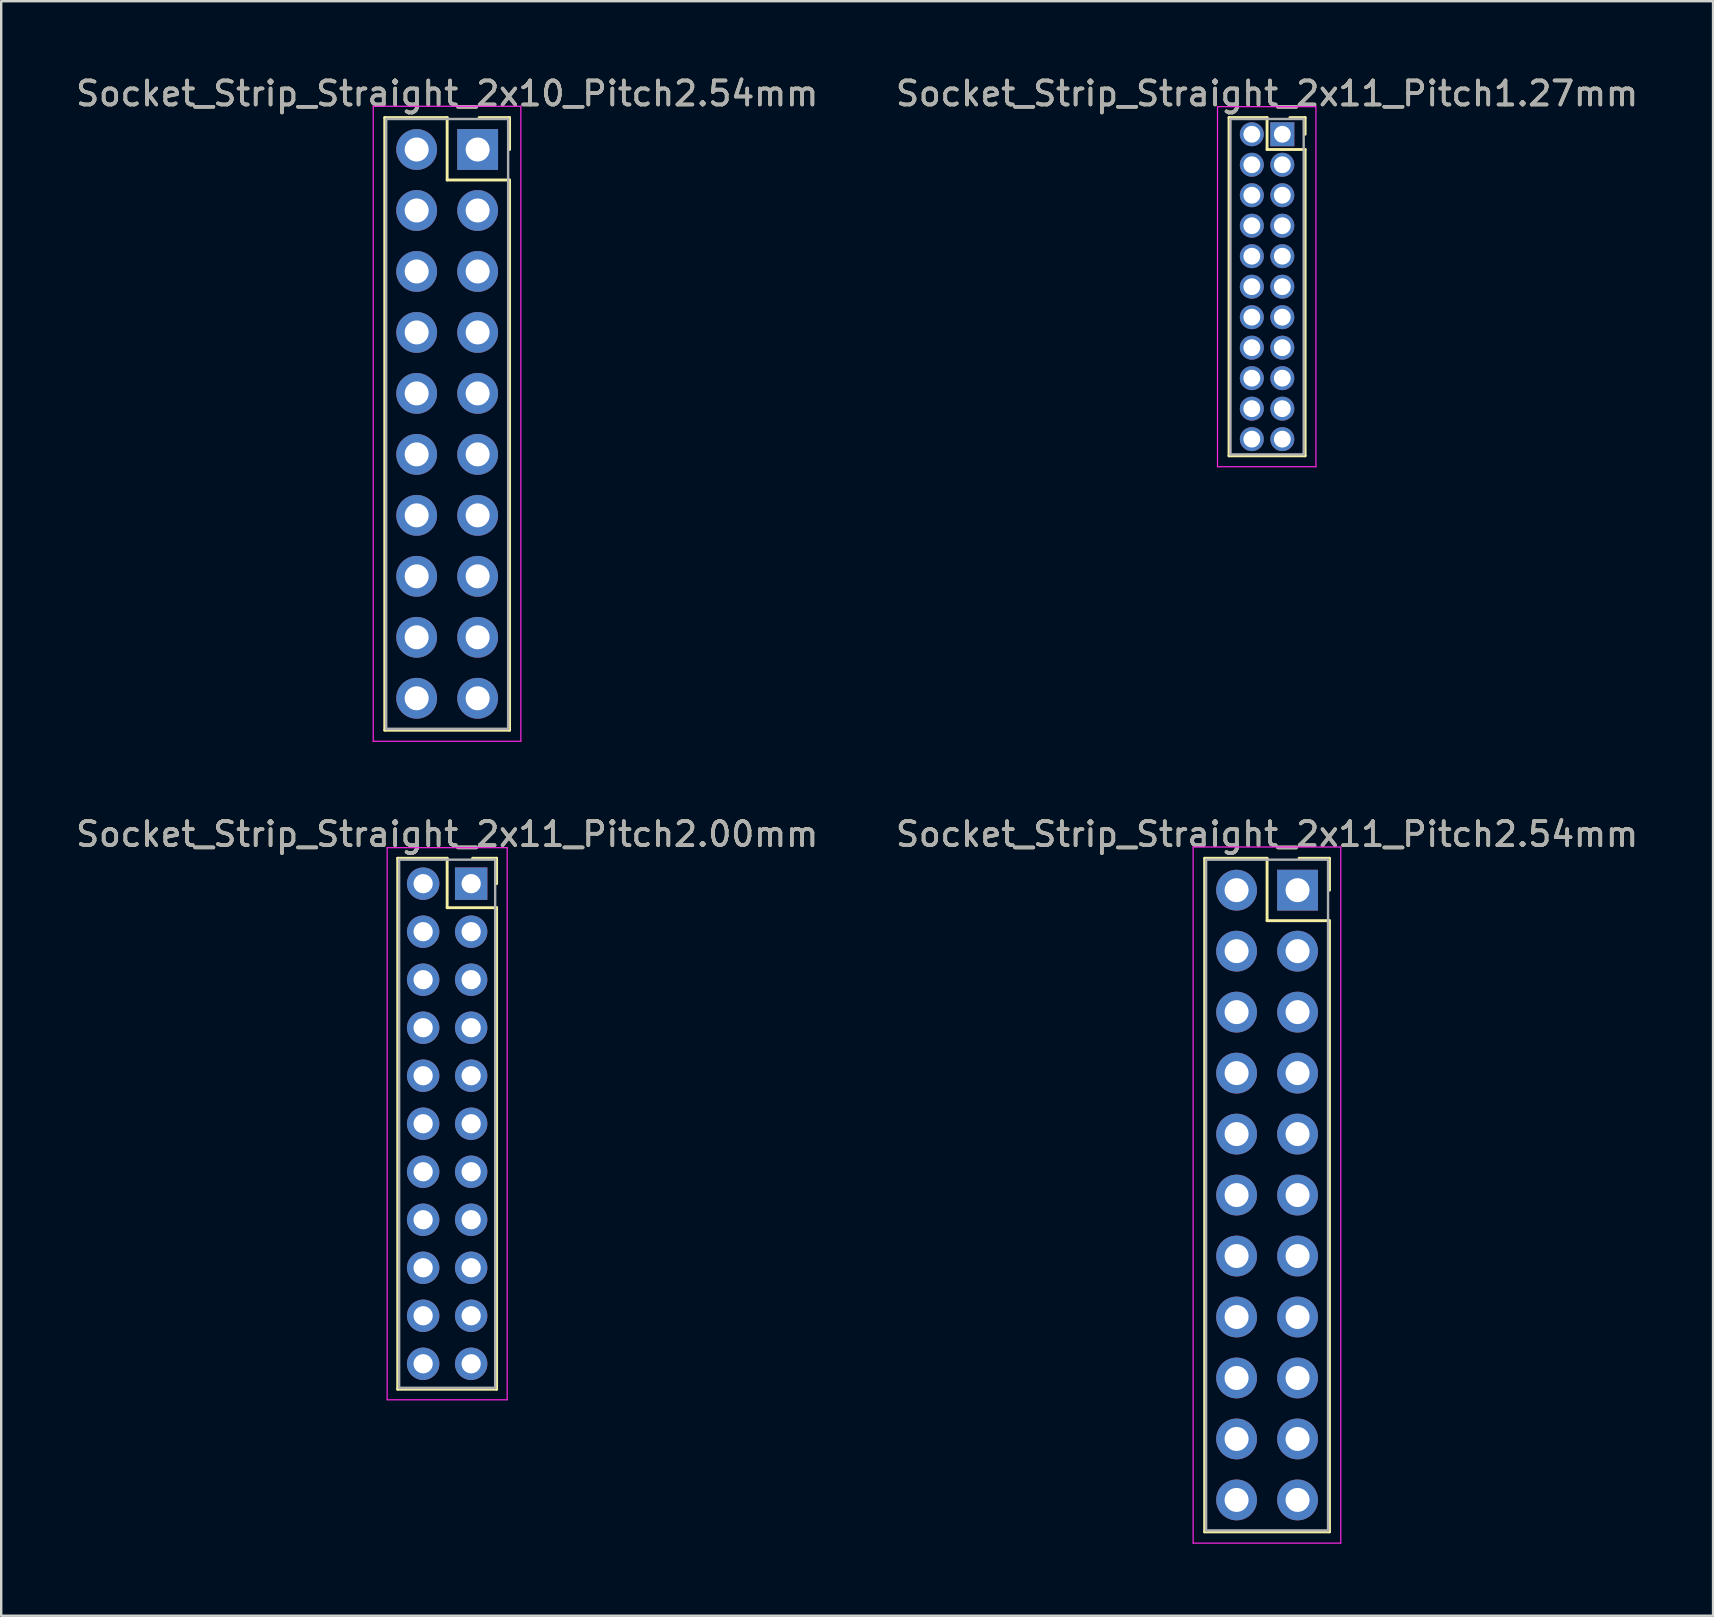
<source format=kicad_pcb>
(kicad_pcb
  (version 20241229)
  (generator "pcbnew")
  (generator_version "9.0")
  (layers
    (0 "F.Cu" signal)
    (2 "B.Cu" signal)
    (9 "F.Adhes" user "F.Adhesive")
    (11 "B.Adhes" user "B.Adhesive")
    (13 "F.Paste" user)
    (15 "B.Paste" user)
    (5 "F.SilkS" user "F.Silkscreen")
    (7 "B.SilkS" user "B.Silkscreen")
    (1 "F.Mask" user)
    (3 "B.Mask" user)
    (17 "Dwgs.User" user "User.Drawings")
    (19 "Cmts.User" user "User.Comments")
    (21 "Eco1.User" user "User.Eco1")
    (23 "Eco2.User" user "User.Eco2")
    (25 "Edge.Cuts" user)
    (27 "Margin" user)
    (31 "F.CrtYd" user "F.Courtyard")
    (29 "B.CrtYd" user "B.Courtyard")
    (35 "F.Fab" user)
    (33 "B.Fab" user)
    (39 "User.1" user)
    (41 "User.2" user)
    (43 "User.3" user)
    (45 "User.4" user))
  (footprint "Socket_Strip_Straight_2x11_Pitch2.00mm"
    (layer "F.Cu")
    (at 16.577 33.761)
    (property "Reference" "Socket_Strip_Straight_2x11_Pitch2.00mm" (at -1 -2.06 0) (layer "F.SilkS") (effects (font (size 1 1) (thickness 0.15))))
    (attr through_hole)
    (fp_line (start -3.06 -1.06) (end -1 -1.06) (stroke (width 0.12) (type solid)) (layer "F.SilkS"))
    (fp_line (start -3.06 21.06) (end -3.06 -1.06) (stroke (width 0.12) (type solid)) (layer "F.SilkS"))
    (fp_line (start -1 -1.06) (end -1 1) (stroke (width 0.12) (type solid)) (layer "F.SilkS"))
    (fp_line (start -1 1) (end 1.06 1) (stroke (width 0.12) (type solid)) (layer "F.SilkS"))
    (fp_line (start 1.06 -1.06) (end 0.06 -1.06) (stroke (width 0.12) (type solid)) (layer "F.SilkS"))
    (fp_line (start 1.06 0) (end 1.06 -1.06) (stroke (width 0.12) (type solid)) (layer "F.SilkS"))
    (fp_line (start 1.06 1) (end 1.06 21.06) (stroke (width 0.12) (type solid)) (layer "F.SilkS"))
    (fp_line (start 1.06 21.06) (end -3.06 21.06) (stroke (width 0.12) (type solid)) (layer "F.SilkS"))
    (fp_line (start -3.5 -1.5) (end -3.5 21.5) (stroke (width 0.05) (type solid)) (layer "F.CrtYd"))
    (fp_line (start -3.5 21.5) (end 1.5 21.5) (stroke (width 0.05) (type solid)) (layer "F.CrtYd"))
    (fp_line (start 1.5 -1.5) (end -3.5 -1.5) (stroke (width 0.05) (type solid)) (layer "F.CrtYd"))
    (fp_line (start 1.5 21.5) (end 1.5 -1.5) (stroke (width 0.05) (type solid)) (layer "F.CrtYd"))
    (fp_line (start -3 -1) (end -3 21) (stroke (width 0.1) (type solid)) (layer "F.Fab"))
    (fp_line (start -3 21) (end 1 21) (stroke (width 0.1) (type solid)) (layer "F.Fab"))
    (fp_line (start 1 -1) (end -3 -1) (stroke (width 0.1) (type solid)) (layer "F.Fab"))
    (fp_line (start 1 21) (end 1 -1) (stroke (width 0.1) (type solid)) (layer "F.Fab"))
    (fp_text user "${REFERENCE}" (at -1 -2.06 0) (layer "F.Fab") (effects (font (size 1 1) (thickness 0.15))))
    (pad "1" thru_hole rect (at 0 0) (size 1.35 1.35) (drill 0.8) (layers "*.Cu" "*.Mask"))
    (pad "2" thru_hole oval (at -2 0) (size 1.35 1.35) (drill 0.8) (layers "*.Cu" "*.Mask"))
    (pad "3" thru_hole oval (at 0 2) (size 1.35 1.35) (drill 0.8) (layers "*.Cu" "*.Mask"))
    (pad "4" thru_hole oval (at -2 2) (size 1.35 1.35) (drill 0.8) (layers "*.Cu" "*.Mask"))
    (pad "5" thru_hole oval (at 0 4) (size 1.35 1.35) (drill 0.8) (layers "*.Cu" "*.Mask"))
    (pad "6" thru_hole oval (at -2 4) (size 1.35 1.35) (drill 0.8) (layers "*.Cu" "*.Mask"))
    (pad "7" thru_hole oval (at 0 6) (size 1.35 1.35) (drill 0.8) (layers "*.Cu" "*.Mask"))
    (pad "8" thru_hole oval (at -2 6) (size 1.35 1.35) (drill 0.8) (layers "*.Cu" "*.Mask"))
    (pad "9" thru_hole oval (at 0 8) (size 1.35 1.35) (drill 0.8) (layers "*.Cu" "*.Mask"))
    (pad "10" thru_hole oval (at -2 8) (size 1.35 1.35) (drill 0.8) (layers "*.Cu" "*.Mask"))
    (pad "11" thru_hole oval (at 0 10) (size 1.35 1.35) (drill 0.8) (layers "*.Cu" "*.Mask"))
    (pad "12" thru_hole oval (at -2 10) (size 1.35 1.35) (drill 0.8) (layers "*.Cu" "*.Mask"))
    (pad "13" thru_hole oval (at 0 12) (size 1.35 1.35) (drill 0.8) (layers "*.Cu" "*.Mask"))
    (pad "14" thru_hole oval (at -2 12) (size 1.35 1.35) (drill 0.8) (layers "*.Cu" "*.Mask"))
    (pad "15" thru_hole oval (at 0 14) (size 1.35 1.35) (drill 0.8) (layers "*.Cu" "*.Mask"))
    (pad "16" thru_hole oval (at -2 14) (size 1.35 1.35) (drill 0.8) (layers "*.Cu" "*.Mask"))
    (pad "17" thru_hole oval (at 0 16) (size 1.35 1.35) (drill 0.8) (layers "*.Cu" "*.Mask"))
    (pad "18" thru_hole oval (at -2 16) (size 1.35 1.35) (drill 0.8) (layers "*.Cu" "*.Mask"))
    (pad "19" thru_hole oval (at 0 18) (size 1.35 1.35) (drill 0.8) (layers "*.Cu" "*.Mask"))
    (pad "20" thru_hole oval (at -2 18) (size 1.35 1.35) (drill 0.8) (layers "*.Cu" "*.Mask"))
    (pad "21" thru_hole oval (at 0 20) (size 1.35 1.35) (drill 0.8) (layers "*.Cu" "*.Mask"))
    (pad "22" thru_hole oval (at -2 20) (size 1.35 1.35) (drill 0.8) (layers "*.Cu" "*.Mask")))
  (footprint "Socket_Strip_Straight_2x11_Pitch1.27mm"
    (layer "F.Cu")
    (at 50.367 2.543)
    (property "Reference" "Socket_Strip_Straight_2x11_Pitch1.27mm" (at -0.635 -1.695 0) (layer "F.SilkS") (effects (font (size 1 1) (thickness 0.15))))
    (attr through_hole)
    (fp_line (start -2.22 -0.695) (end -0.635 -0.695) (stroke (width 0.12) (type solid)) (layer "F.SilkS"))
    (fp_line (start -2.22 13.395) (end -2.22 -0.695) (stroke (width 0.12) (type solid)) (layer "F.SilkS"))
    (fp_line (start -0.635 -0.695) (end -0.635 0.635) (stroke (width 0.12) (type solid)) (layer "F.SilkS"))
    (fp_line (start -0.635 0.635) (end 0.95 0.635) (stroke (width 0.12) (type solid)) (layer "F.SilkS"))
    (fp_line (start 0.95 -0.695) (end 0.315 -0.695) (stroke (width 0.12) (type solid)) (layer "F.SilkS"))
    (fp_line (start 0.95 0) (end 0.95 -0.695) (stroke (width 0.12) (type solid)) (layer "F.SilkS"))
    (fp_line (start 0.95 0.635) (end 0.95 13.395) (stroke (width 0.12) (type solid)) (layer "F.SilkS"))
    (fp_line (start 0.95 13.395) (end -2.22 13.395) (stroke (width 0.12) (type solid)) (layer "F.SilkS"))
    (fp_line (start -2.7 -1.15) (end -2.7 13.85) (stroke (width 0.05) (type solid)) (layer "F.CrtYd"))
    (fp_line (start -2.7 13.85) (end 1.4 13.85) (stroke (width 0.05) (type solid)) (layer "F.CrtYd"))
    (fp_line (start 1.4 -1.15) (end -2.7 -1.15) (stroke (width 0.05) (type solid)) (layer "F.CrtYd"))
    (fp_line (start 1.4 13.85) (end 1.4 -1.15) (stroke (width 0.05) (type solid)) (layer "F.CrtYd"))
    (fp_line (start -2.16 -0.635) (end -2.16 13.335) (stroke (width 0.1) (type solid)) (layer "F.Fab"))
    (fp_line (start -2.16 13.335) (end 0.89 13.335) (stroke (width 0.1) (type solid)) (layer "F.Fab"))
    (fp_line (start 0.89 -0.635) (end -2.16 -0.635) (stroke (width 0.1) (type solid)) (layer "F.Fab"))
    (fp_line (start 0.89 13.335) (end 0.89 -0.635) (stroke (width 0.1) (type solid)) (layer "F.Fab"))
    (fp_text user "${REFERENCE}" (at -0.635 -1.695 0) (layer "F.Fab") (effects (font (size 1 1) (thickness 0.15))))
    (pad "1" thru_hole rect (at 0 0) (size 1 1) (drill 0.7) (layers "*.Cu" "*.Mask"))
    (pad "2" thru_hole oval (at -1.27 0) (size 1 1) (drill 0.7) (layers "*.Cu" "*.Mask"))
    (pad "3" thru_hole oval (at 0 1.27) (size 1 1) (drill 0.7) (layers "*.Cu" "*.Mask"))
    (pad "4" thru_hole oval (at -1.27 1.27) (size 1 1) (drill 0.7) (layers "*.Cu" "*.Mask"))
    (pad "5" thru_hole oval (at 0 2.54) (size 1 1) (drill 0.7) (layers "*.Cu" "*.Mask"))
    (pad "6" thru_hole oval (at -1.27 2.54) (size 1 1) (drill 0.7) (layers "*.Cu" "*.Mask"))
    (pad "7" thru_hole oval (at 0 3.81) (size 1 1) (drill 0.7) (layers "*.Cu" "*.Mask"))
    (pad "8" thru_hole oval (at -1.27 3.81) (size 1 1) (drill 0.7) (layers "*.Cu" "*.Mask"))
    (pad "9" thru_hole oval (at 0 5.08) (size 1 1) (drill 0.7) (layers "*.Cu" "*.Mask"))
    (pad "10" thru_hole oval (at -1.27 5.08) (size 1 1) (drill 0.7) (layers "*.Cu" "*.Mask"))
    (pad "11" thru_hole oval (at 0 6.35) (size 1 1) (drill 0.7) (layers "*.Cu" "*.Mask"))
    (pad "12" thru_hole oval (at -1.27 6.35) (size 1 1) (drill 0.7) (layers "*.Cu" "*.Mask"))
    (pad "13" thru_hole oval (at 0 7.62) (size 1 1) (drill 0.7) (layers "*.Cu" "*.Mask"))
    (pad "14" thru_hole oval (at -1.27 7.62) (size 1 1) (drill 0.7) (layers "*.Cu" "*.Mask"))
    (pad "15" thru_hole oval (at 0 8.89) (size 1 1) (drill 0.7) (layers "*.Cu" "*.Mask"))
    (pad "16" thru_hole oval (at -1.27 8.89) (size 1 1) (drill 0.7) (layers "*.Cu" "*.Mask"))
    (pad "17" thru_hole oval (at 0 10.16) (size 1 1) (drill 0.7) (layers "*.Cu" "*.Mask"))
    (pad "18" thru_hole oval (at -1.27 10.16) (size 1 1) (drill 0.7) (layers "*.Cu" "*.Mask"))
    (pad "19" thru_hole oval (at 0 11.43) (size 1 1) (drill 0.7) (layers "*.Cu" "*.Mask"))
    (pad "20" thru_hole oval (at -1.27 11.43) (size 1 1) (drill 0.7) (layers "*.Cu" "*.Mask"))
    (pad "21" thru_hole oval (at 0 12.7) (size 1 1) (drill 0.7) (layers "*.Cu" "*.Mask"))
    (pad "22" thru_hole oval (at -1.27 12.7) (size 1 1) (drill 0.7) (layers "*.Cu" "*.Mask")))
  (footprint "Socket_Strip_Straight_2x11_Pitch2.54mm"
    (layer "F.Cu")
    (at 51.002 34.032)
    (property "Reference" "Socket_Strip_Straight_2x11_Pitch2.54mm" (at -1.27 -2.33 0) (layer "F.SilkS") (effects (font (size 1 1) (thickness 0.15))))
    (attr through_hole)
    (fp_line (start -3.87 -1.33) (end -1.27 -1.33) (stroke (width 0.12) (type solid)) (layer "F.SilkS"))
    (fp_line (start -3.87 26.73) (end -3.87 -1.33) (stroke (width 0.12) (type solid)) (layer "F.SilkS"))
    (fp_line (start -1.27 -1.33) (end -1.27 1.27) (stroke (width 0.12) (type solid)) (layer "F.SilkS"))
    (fp_line (start -1.27 1.27) (end 1.33 1.27) (stroke (width 0.12) (type solid)) (layer "F.SilkS"))
    (fp_line (start 1.33 -1.33) (end 0.06 -1.33) (stroke (width 0.12) (type solid)) (layer "F.SilkS"))
    (fp_line (start 1.33 0) (end 1.33 -1.33) (stroke (width 0.12) (type solid)) (layer "F.SilkS"))
    (fp_line (start 1.33 1.27) (end 1.33 26.73) (stroke (width 0.12) (type solid)) (layer "F.SilkS"))
    (fp_line (start 1.33 26.73) (end -3.87 26.73) (stroke (width 0.12) (type solid)) (layer "F.SilkS"))
    (fp_line (start -4.35 -1.8) (end -4.35 27.2) (stroke (width 0.05) (type solid)) (layer "F.CrtYd"))
    (fp_line (start -4.35 27.2) (end 1.8 27.2) (stroke (width 0.05) (type solid)) (layer "F.CrtYd"))
    (fp_line (start 1.8 -1.8) (end -4.35 -1.8) (stroke (width 0.05) (type solid)) (layer "F.CrtYd"))
    (fp_line (start 1.8 27.2) (end 1.8 -1.8) (stroke (width 0.05) (type solid)) (layer "F.CrtYd"))
    (fp_line (start -3.81 -1.27) (end -3.81 26.67) (stroke (width 0.1) (type solid)) (layer "F.Fab"))
    (fp_line (start -3.81 26.67) (end 1.27 26.67) (stroke (width 0.1) (type solid)) (layer "F.Fab"))
    (fp_line (start 1.27 -1.27) (end -3.81 -1.27) (stroke (width 0.1) (type solid)) (layer "F.Fab"))
    (fp_line (start 1.27 26.67) (end 1.27 -1.27) (stroke (width 0.1) (type solid)) (layer "F.Fab"))
    (fp_text user "${REFERENCE}" (at -1.27 -2.33 0) (layer "F.Fab") (effects (font (size 1 1) (thickness 0.15))))
    (pad "1" thru_hole rect (at 0 0) (size 1.7 1.7) (drill 1) (layers "*.Cu" "*.Mask"))
    (pad "2" thru_hole oval (at -2.54 0) (size 1.7 1.7) (drill 1) (layers "*.Cu" "*.Mask"))
    (pad "3" thru_hole oval (at 0 2.54) (size 1.7 1.7) (drill 1) (layers "*.Cu" "*.Mask"))
    (pad "4" thru_hole oval (at -2.54 2.54) (size 1.7 1.7) (drill 1) (layers "*.Cu" "*.Mask"))
    (pad "5" thru_hole oval (at 0 5.08) (size 1.7 1.7) (drill 1) (layers "*.Cu" "*.Mask"))
    (pad "6" thru_hole oval (at -2.54 5.08) (size 1.7 1.7) (drill 1) (layers "*.Cu" "*.Mask"))
    (pad "7" thru_hole oval (at 0 7.62) (size 1.7 1.7) (drill 1) (layers "*.Cu" "*.Mask"))
    (pad "8" thru_hole oval (at -2.54 7.62) (size 1.7 1.7) (drill 1) (layers "*.Cu" "*.Mask"))
    (pad "9" thru_hole oval (at 0 10.16) (size 1.7 1.7) (drill 1) (layers "*.Cu" "*.Mask"))
    (pad "10" thru_hole oval (at -2.54 10.16) (size 1.7 1.7) (drill 1) (layers "*.Cu" "*.Mask"))
    (pad "11" thru_hole oval (at 0 12.7) (size 1.7 1.7) (drill 1) (layers "*.Cu" "*.Mask"))
    (pad "12" thru_hole oval (at -2.54 12.7) (size 1.7 1.7) (drill 1) (layers "*.Cu" "*.Mask"))
    (pad "13" thru_hole oval (at 0 15.24) (size 1.7 1.7) (drill 1) (layers "*.Cu" "*.Mask"))
    (pad "14" thru_hole oval (at -2.54 15.24) (size 1.7 1.7) (drill 1) (layers "*.Cu" "*.Mask"))
    (pad "15" thru_hole oval (at 0 17.78) (size 1.7 1.7) (drill 1) (layers "*.Cu" "*.Mask"))
    (pad "16" thru_hole oval (at -2.54 17.78) (size 1.7 1.7) (drill 1) (layers "*.Cu" "*.Mask"))
    (pad "17" thru_hole oval (at 0 20.32) (size 1.7 1.7) (drill 1) (layers "*.Cu" "*.Mask"))
    (pad "18" thru_hole oval (at -2.54 20.32) (size 1.7 1.7) (drill 1) (layers "*.Cu" "*.Mask"))
    (pad "19" thru_hole oval (at 0 22.86) (size 1.7 1.7) (drill 1) (layers "*.Cu" "*.Mask"))
    (pad "20" thru_hole oval (at -2.54 22.86) (size 1.7 1.7) (drill 1) (layers "*.Cu" "*.Mask"))
    (pad "21" thru_hole oval (at 0 25.4) (size 1.7 1.7) (drill 1) (layers "*.Cu" "*.Mask"))
    (pad "22" thru_hole oval (at -2.54 25.4) (size 1.7 1.7) (drill 1) (layers "*.Cu" "*.Mask")))
  (footprint "Socket_Strip_Straight_2x10_Pitch2.54mm"
    (layer "F.Cu")
    (at 16.847 3.178)
    (property "Reference" "Socket_Strip_Straight_2x10_Pitch2.54mm" (at -1.27 -2.33 0) (layer "F.SilkS") (effects (font (size 1 1) (thickness 0.15))))
    (attr through_hole)
    (fp_line (start -3.87 -1.33) (end -1.27 -1.33) (stroke (width 0.12) (type solid)) (layer "F.SilkS"))
    (fp_line (start -3.87 24.19) (end -3.87 -1.33) (stroke (width 0.12) (type solid)) (layer "F.SilkS"))
    (fp_line (start -1.27 -1.33) (end -1.27 1.27) (stroke (width 0.12) (type solid)) (layer "F.SilkS"))
    (fp_line (start -1.27 1.27) (end 1.33 1.27) (stroke (width 0.12) (type solid)) (layer "F.SilkS"))
    (fp_line (start 1.33 -1.33) (end 0.06 -1.33) (stroke (width 0.12) (type solid)) (layer "F.SilkS"))
    (fp_line (start 1.33 0) (end 1.33 -1.33) (stroke (width 0.12) (type solid)) (layer "F.SilkS"))
    (fp_line (start 1.33 1.27) (end 1.33 24.19) (stroke (width 0.12) (type solid)) (layer "F.SilkS"))
    (fp_line (start 1.33 24.19) (end -3.87 24.19) (stroke (width 0.12) (type solid)) (layer "F.SilkS"))
    (fp_line (start -4.35 -1.8) (end -4.35 24.65) (stroke (width 0.05) (type solid)) (layer "F.CrtYd"))
    (fp_line (start -4.35 24.65) (end 1.8 24.65) (stroke (width 0.05) (type solid)) (layer "F.CrtYd"))
    (fp_line (start 1.8 -1.8) (end -4.35 -1.8) (stroke (width 0.05) (type solid)) (layer "F.CrtYd"))
    (fp_line (start 1.8 24.65) (end 1.8 -1.8) (stroke (width 0.05) (type solid)) (layer "F.CrtYd"))
    (fp_line (start -3.81 -1.27) (end -3.81 24.13) (stroke (width 0.1) (type solid)) (layer "F.Fab"))
    (fp_line (start -3.81 24.13) (end 1.27 24.13) (stroke (width 0.1) (type solid)) (layer "F.Fab"))
    (fp_line (start 1.27 -1.27) (end -3.81 -1.27) (stroke (width 0.1) (type solid)) (layer "F.Fab"))
    (fp_line (start 1.27 24.13) (end 1.27 -1.27) (stroke (width 0.1) (type solid)) (layer "F.Fab"))
    (fp_text user "${REFERENCE}" (at -1.27 -2.33 0) (layer "F.Fab") (effects (font (size 1 1) (thickness 0.15))))
    (pad "1" thru_hole rect (at 0 0) (size 1.7 1.7) (drill 1) (layers "*.Cu" "*.Mask"))
    (pad "2" thru_hole oval (at -2.54 0) (size 1.7 1.7) (drill 1) (layers "*.Cu" "*.Mask"))
    (pad "3" thru_hole oval (at 0 2.54) (size 1.7 1.7) (drill 1) (layers "*.Cu" "*.Mask"))
    (pad "4" thru_hole oval (at -2.54 2.54) (size 1.7 1.7) (drill 1) (layers "*.Cu" "*.Mask"))
    (pad "5" thru_hole oval (at 0 5.08) (size 1.7 1.7) (drill 1) (layers "*.Cu" "*.Mask"))
    (pad "6" thru_hole oval (at -2.54 5.08) (size 1.7 1.7) (drill 1) (layers "*.Cu" "*.Mask"))
    (pad "7" thru_hole oval (at 0 7.62) (size 1.7 1.7) (drill 1) (layers "*.Cu" "*.Mask"))
    (pad "8" thru_hole oval (at -2.54 7.62) (size 1.7 1.7) (drill 1) (layers "*.Cu" "*.Mask"))
    (pad "9" thru_hole oval (at 0 10.16) (size 1.7 1.7) (drill 1) (layers "*.Cu" "*.Mask"))
    (pad "10" thru_hole oval (at -2.54 10.16) (size 1.7 1.7) (drill 1) (layers "*.Cu" "*.Mask"))
    (pad "11" thru_hole oval (at 0 12.7) (size 1.7 1.7) (drill 1) (layers "*.Cu" "*.Mask"))
    (pad "12" thru_hole oval (at -2.54 12.7) (size 1.7 1.7) (drill 1) (layers "*.Cu" "*.Mask"))
    (pad "13" thru_hole oval (at 0 15.24) (size 1.7 1.7) (drill 1) (layers "*.Cu" "*.Mask"))
    (pad "14" thru_hole oval (at -2.54 15.24) (size 1.7 1.7) (drill 1) (layers "*.Cu" "*.Mask"))
    (pad "15" thru_hole oval (at 0 17.78) (size 1.7 1.7) (drill 1) (layers "*.Cu" "*.Mask"))
    (pad "16" thru_hole oval (at -2.54 17.78) (size 1.7 1.7) (drill 1) (layers "*.Cu" "*.Mask"))
    (pad "17" thru_hole oval (at 0 20.32) (size 1.7 1.7) (drill 1) (layers "*.Cu" "*.Mask"))
    (pad "18" thru_hole oval (at -2.54 20.32) (size 1.7 1.7) (drill 1) (layers "*.Cu" "*.Mask"))
    (pad "19" thru_hole oval (at 0 22.86) (size 1.7 1.7) (drill 1) (layers "*.Cu" "*.Mask"))
    (pad "20" thru_hole oval (at -2.54 22.86) (size 1.7 1.7) (drill 1) (layers "*.Cu" "*.Mask")))
  (gr_rect
    (start -3 -3)
    (end 68.31 64.257)
    (stroke (width 0.1) (type default))
    (fill no)
    (layer "Edge.Cuts")))
</source>
